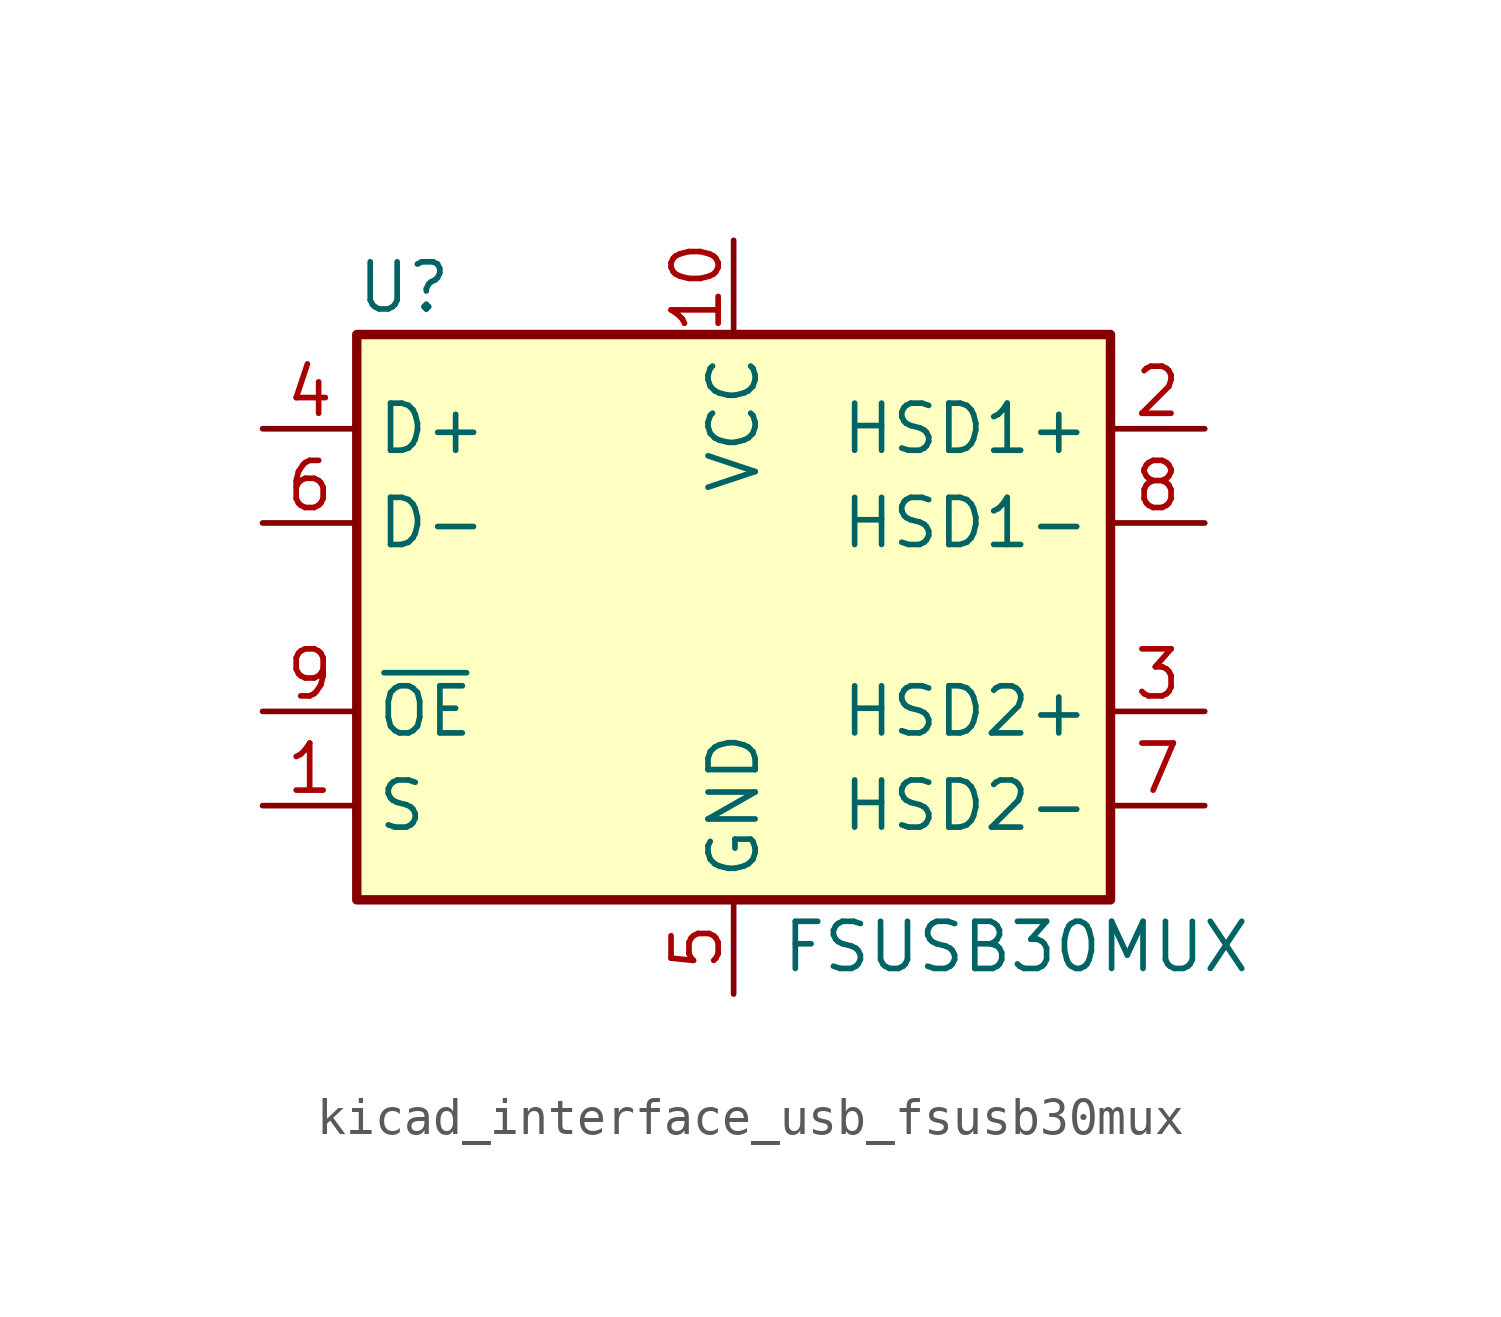
<source format=kicad_sym>
(kicad_symbol_lib
  (version 20220914)
  (generator kicad_symbol_editor)
  (symbol "kicad_interface_usb_fsusb30mux"
    (property "Reference" "U"
      (at -8.89 8.89 0)
      (effects (font (size 1.27 1.27))))
    (property "Value" "FSUSB30MUX"
      (at 7.62 -8.89 0)
      (effects (font (size 1.27 1.27))))
    (symbol "kicad_interface_usb_fsusb30mux_0_1"
      (rectangle (start -10.16 7.62) (end 10.16 -7.62) (stroke (width 0.254) (type default)) (fill (type background))))
    (symbol "kicad_interface_usb_fsusb30mux_1_1"
      (pin input line (at -12.7 -5.08 0) (length 2.54) (name "S" (effects (font (size 1.27 1.27)))) (number "1" (effects (font (size 1.27 1.27)))))
      (pin power_in line (at 0 10.16 270) (length 2.54) (name "VCC" (effects (font (size 1.27 1.27)))) (number "10" (effects (font (size 1.27 1.27)))))
      (pin bidirectional line (at 12.7 5.08 180) (length 2.54) (name "HSD1+" (effects (font (size 1.27 1.27)))) (number "2" (effects (font (size 1.27 1.27)))))
      (pin bidirectional line (at 12.7 -2.54 180) (length 2.54) (name "HSD2+" (effects (font (size 1.27 1.27)))) (number "3" (effects (font (size 1.27 1.27)))))
      (pin bidirectional line (at -12.7 5.08 0) (length 2.54) (name "D+" (effects (font (size 1.27 1.27)))) (number "4" (effects (font (size 1.27 1.27)))))
      (pin power_in line (at 0 -10.16 90) (length 2.54) (name "GND" (effects (font (size 1.27 1.27)))) (number "5" (effects (font (size 1.27 1.27)))))
      (pin bidirectional line (at -12.7 2.54 0) (length 2.54) (name "D-" (effects (font (size 1.27 1.27)))) (number "6" (effects (font (size 1.27 1.27)))))
      (pin bidirectional line (at 12.7 -5.08 180) (length 2.54) (name "HSD2-" (effects (font (size 1.27 1.27)))) (number "7" (effects (font (size 1.27 1.27)))))
      (pin bidirectional line (at 12.7 2.54 180) (length 2.54) (name "HSD1-" (effects (font (size 1.27 1.27)))) (number "8" (effects (font (size 1.27 1.27)))))
      (pin input line (at -12.7 -2.54 0) (length 2.54) (name "~{OE}" (effects (font (size 1.27 1.27)))) (number "9" (effects (font (size 1.27 1.27))))))))
</source>
